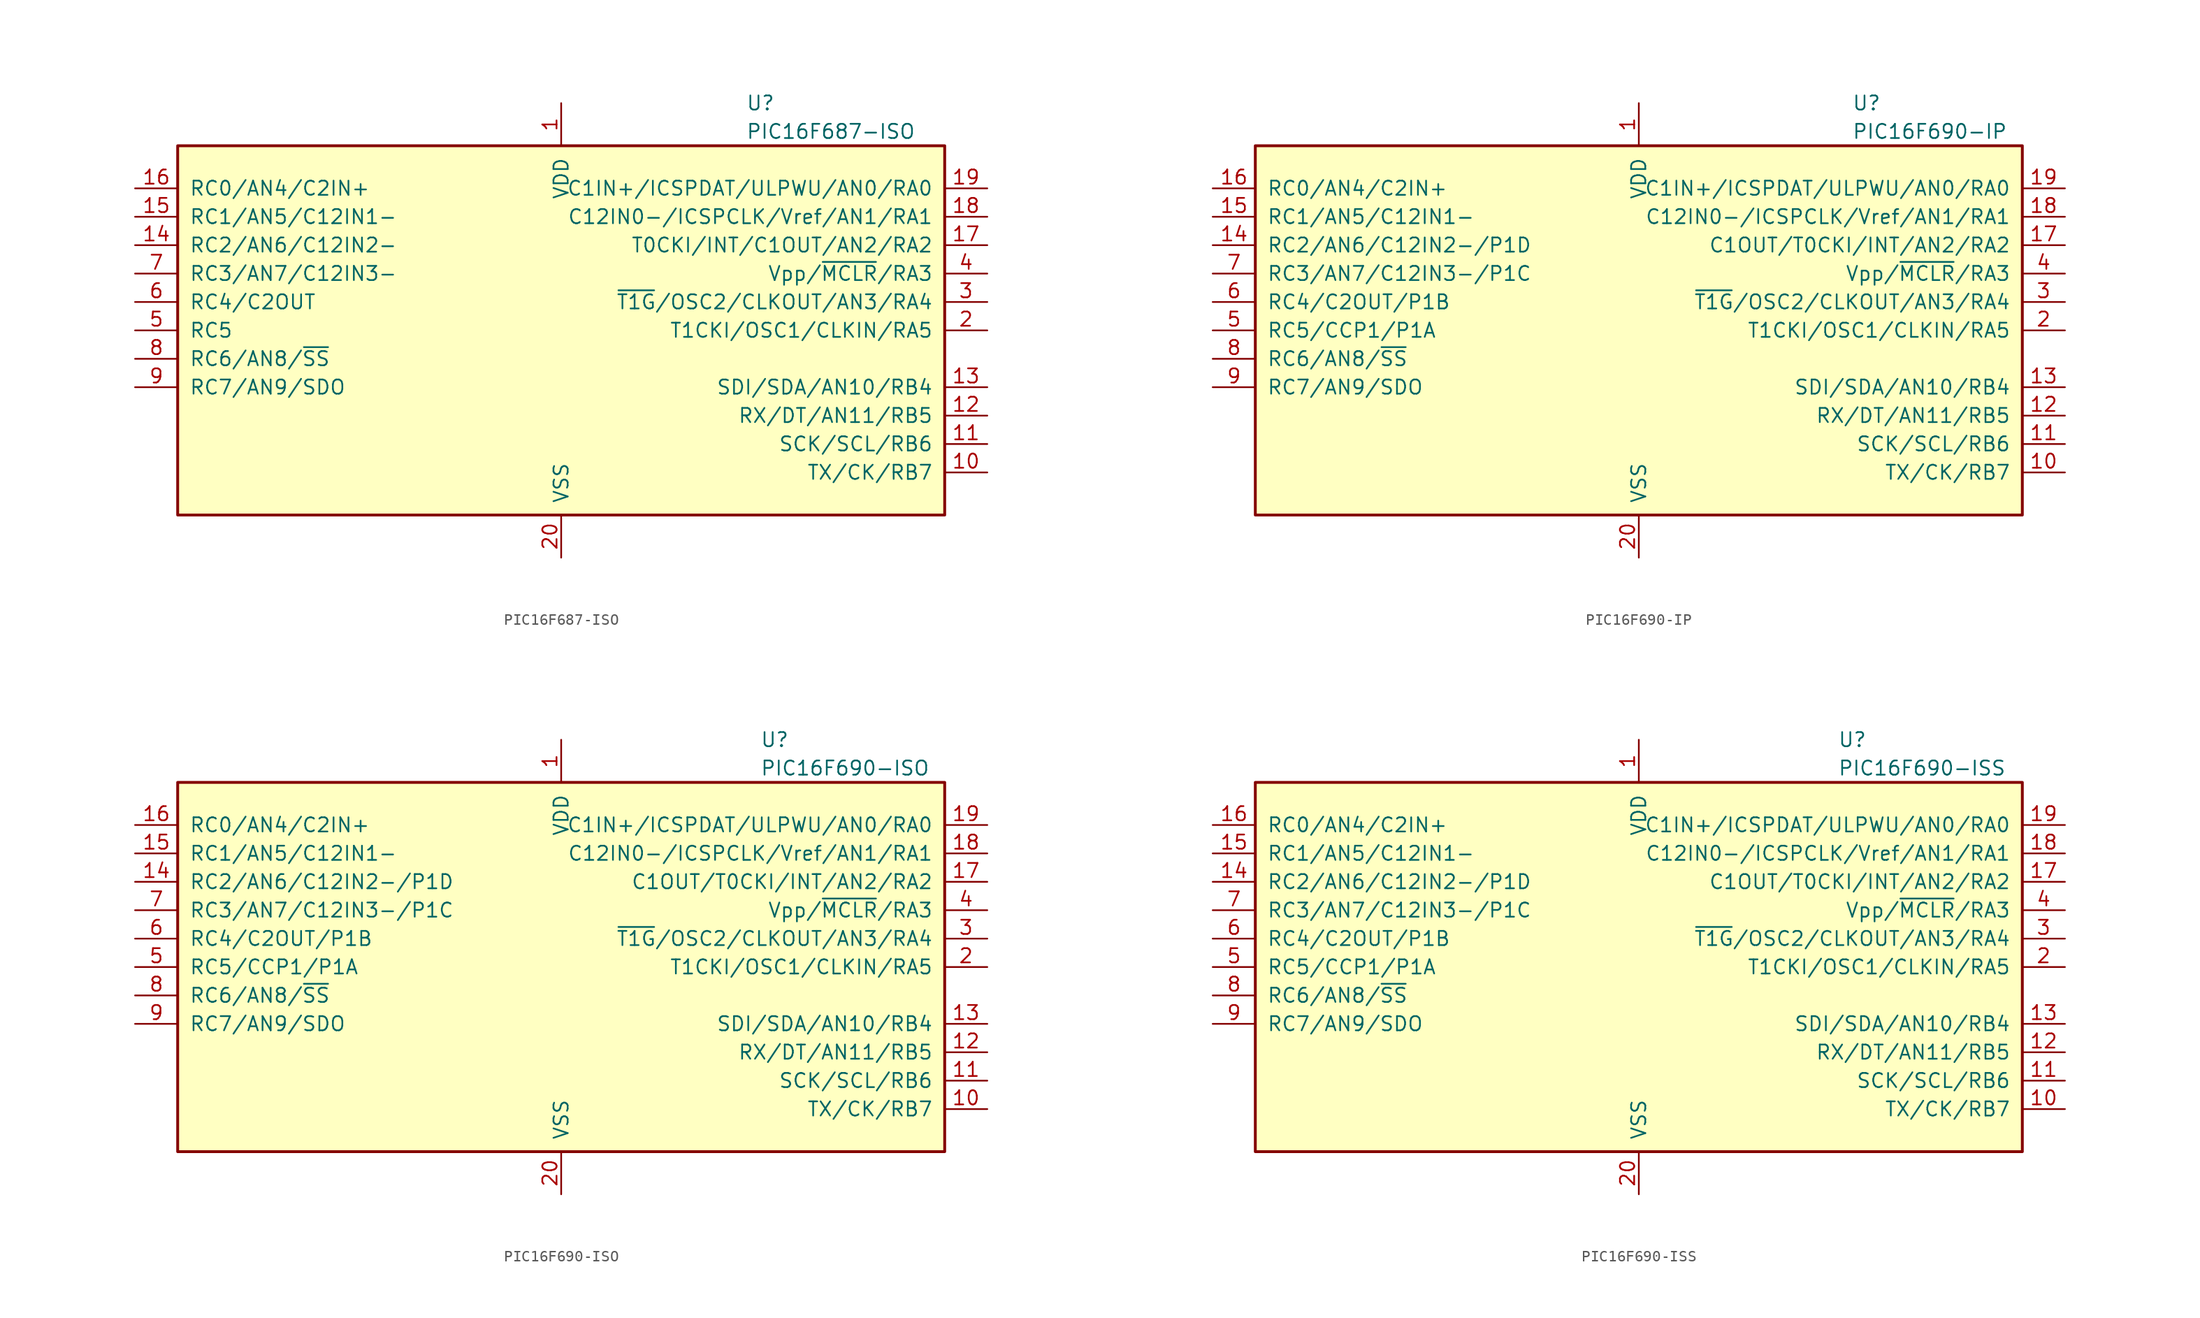
<source format=kicad_sym>
(kicad_symbol_lib
  (version 20241209)
  (generator "kicad_symbol_editor")
  (generator_version "9.0")
  (symbol "PIC16F687-ISO"
    (pin_names
      (offset 1.016))
    (property "Reference" "U"
      (at 16.51 20.32 0)
      (effects (font (size 1.27 1.27)) (justify left)))
    (property "Value" "PIC16F687-ISO"
      (at 16.51 17.78 0)
      (effects (font (size 1.27 1.27)) (justify left)))
    (symbol "PIC16F687-ISO_0_1"
      (rectangle (start -34.29 16.51) (end 34.29 -16.51) (stroke (width 0.254) (type default)) (fill (type background))))
    (symbol "PIC16F687-ISO_1_1"
      (pin bidirectional line (at -38.1 12.7 0) (length 3.81) (name "RC0/AN4/C2IN+" (effects (font (size 1.27 1.27)))) (number "16" (effects (font (size 1.27 1.27)))))
      (pin bidirectional line (at -38.1 10.16 0) (length 3.81) (name "RC1/AN5/C12IN1-" (effects (font (size 1.27 1.27)))) (number "15" (effects (font (size 1.27 1.27)))))
      (pin bidirectional line (at -38.1 7.62 0) (length 3.81) (name "RC2/AN6/C12IN2-" (effects (font (size 1.27 1.27)))) (number "14" (effects (font (size 1.27 1.27)))))
      (pin bidirectional line (at -38.1 5.08 0) (length 3.81) (name "RC3/AN7/C12IN3-" (effects (font (size 1.27 1.27)))) (number "7" (effects (font (size 1.27 1.27)))))
      (pin bidirectional line (at -38.1 2.54 0) (length 3.81) (name "RC4/C2OUT" (effects (font (size 1.27 1.27)))) (number "6" (effects (font (size 1.27 1.27)))))
      (pin bidirectional line (at -38.1 0 0) (length 3.81) (name "RC5" (effects (font (size 1.27 1.27)))) (number "5" (effects (font (size 1.27 1.27)))))
      (pin bidirectional line (at -38.1 -2.54 0) (length 3.81) (name "RC6/AN8/~{SS}" (effects (font (size 1.27 1.27)))) (number "8" (effects (font (size 1.27 1.27)))))
      (pin bidirectional line (at -38.1 -5.08 0) (length 3.81) (name "RC7/AN9/SDO" (effects (font (size 1.27 1.27)))) (number "9" (effects (font (size 1.27 1.27)))))
      (pin power_in line (at 0 20.32 270) (length 3.81) (name "VDD" (effects (font (size 1.27 1.27)))) (number "1" (effects (font (size 1.27 1.27)))))
      (pin power_in line (at 0 -20.32 90) (length 3.81) (name "VSS" (effects (font (size 1.27 1.27)))) (number "20" (effects (font (size 1.27 1.27)))))
      (pin bidirectional line (at 38.1 12.7 180) (length 3.81) (name "C1IN+/ICSPDAT/ULPWU/AN0/RA0" (effects (font (size 1.27 1.27)))) (number "19" (effects (font (size 1.27 1.27)))))
      (pin bidirectional line (at 38.1 10.16 180) (length 3.81) (name "C12IN0-/ICSPCLK/Vref/AN1/RA1" (effects (font (size 1.27 1.27)))) (number "18" (effects (font (size 1.27 1.27)))))
      (pin bidirectional line (at 38.1 7.62 180) (length 3.81) (name "T0CKI/INT/C1OUT/AN2/RA2" (effects (font (size 1.27 1.27)))) (number "17" (effects (font (size 1.27 1.27)))))
      (pin input line (at 38.1 5.08 180) (length 3.81) (name "Vpp/~{MCLR}/RA3" (effects (font (size 1.27 1.27)))) (number "4" (effects (font (size 1.27 1.27)))))
      (pin bidirectional line (at 38.1 2.54 180) (length 3.81) (name "~{T1G}/OSC2/CLKOUT/AN3/RA4" (effects (font (size 1.27 1.27)))) (number "3" (effects (font (size 1.27 1.27)))))
      (pin bidirectional line (at 38.1 0 180) (length 3.81) (name "T1CKI/OSC1/CLKIN/RA5" (effects (font (size 1.27 1.27)))) (number "2" (effects (font (size 1.27 1.27)))))
      (pin bidirectional line (at 38.1 -5.08 180) (length 3.81) (name "SDI/SDA/AN10/RB4" (effects (font (size 1.27 1.27)))) (number "13" (effects (font (size 1.27 1.27)))))
      (pin bidirectional line (at 38.1 -7.62 180) (length 3.81) (name "RX/DT/AN11/RB5" (effects (font (size 1.27 1.27)))) (number "12" (effects (font (size 1.27 1.27)))))
      (pin bidirectional line (at 38.1 -10.16 180) (length 3.81) (name "SCK/SCL/RB6" (effects (font (size 1.27 1.27)))) (number "11" (effects (font (size 1.27 1.27)))))
      (pin bidirectional line (at 38.1 -12.7 180) (length 3.81) (name "TX/CK/RB7" (effects (font (size 1.27 1.27)))) (number "10" (effects (font (size 1.27 1.27)))))))
  (symbol "PIC16F690-IP"
    (pin_names
      (offset 1.016))
    (property "Reference" "U"
      (at 19.05 20.32 0)
      (effects (font (size 1.27 1.27)) (justify left)))
    (property "Value" "PIC16F690-IP"
      (at 19.05 17.78 0)
      (effects (font (size 1.27 1.27)) (justify left)))
    (symbol "PIC16F690-IP_0_1"
      (rectangle (start -34.29 16.51) (end 34.29 -16.51) (stroke (width 0.254) (type default)) (fill (type background))))
    (symbol "PIC16F690-IP_1_1"
      (pin bidirectional line (at -38.1 12.7 0) (length 3.81) (name "RC0/AN4/C2IN+" (effects (font (size 1.27 1.27)))) (number "16" (effects (font (size 1.27 1.27)))))
      (pin bidirectional line (at -38.1 10.16 0) (length 3.81) (name "RC1/AN5/C12IN1-" (effects (font (size 1.27 1.27)))) (number "15" (effects (font (size 1.27 1.27)))))
      (pin bidirectional line (at -38.1 7.62 0) (length 3.81) (name "RC2/AN6/C12IN2-/P1D" (effects (font (size 1.27 1.27)))) (number "14" (effects (font (size 1.27 1.27)))))
      (pin bidirectional line (at -38.1 5.08 0) (length 3.81) (name "RC3/AN7/C12IN3-/P1C" (effects (font (size 1.27 1.27)))) (number "7" (effects (font (size 1.27 1.27)))))
      (pin bidirectional line (at -38.1 2.54 0) (length 3.81) (name "RC4/C2OUT/P1B" (effects (font (size 1.27 1.27)))) (number "6" (effects (font (size 1.27 1.27)))))
      (pin bidirectional line (at -38.1 0 0) (length 3.81) (name "RC5/CCP1/P1A" (effects (font (size 1.27 1.27)))) (number "5" (effects (font (size 1.27 1.27)))))
      (pin bidirectional line (at -38.1 -2.54 0) (length 3.81) (name "RC6/AN8/~{SS}" (effects (font (size 1.27 1.27)))) (number "8" (effects (font (size 1.27 1.27)))))
      (pin bidirectional line (at -38.1 -5.08 0) (length 3.81) (name "RC7/AN9/SDO" (effects (font (size 1.27 1.27)))) (number "9" (effects (font (size 1.27 1.27)))))
      (pin power_in line (at 0 20.32 270) (length 3.81) (name "VDD" (effects (font (size 1.27 1.27)))) (number "1" (effects (font (size 1.27 1.27)))))
      (pin power_in line (at 0 -20.32 90) (length 3.81) (name "VSS" (effects (font (size 1.27 1.27)))) (number "20" (effects (font (size 1.27 1.27)))))
      (pin bidirectional line (at 38.1 12.7 180) (length 3.81) (name "C1IN+/ICSPDAT/ULPWU/AN0/RA0" (effects (font (size 1.27 1.27)))) (number "19" (effects (font (size 1.27 1.27)))))
      (pin bidirectional line (at 38.1 10.16 180) (length 3.81) (name "C12IN0-/ICSPCLK/Vref/AN1/RA1" (effects (font (size 1.27 1.27)))) (number "18" (effects (font (size 1.27 1.27)))))
      (pin bidirectional line (at 38.1 7.62 180) (length 3.81) (name "C1OUT/T0CKI/INT/AN2/RA2" (effects (font (size 1.27 1.27)))) (number "17" (effects (font (size 1.27 1.27)))))
      (pin input line (at 38.1 5.08 180) (length 3.81) (name "Vpp/~{MCLR}/RA3" (effects (font (size 1.27 1.27)))) (number "4" (effects (font (size 1.27 1.27)))))
      (pin bidirectional line (at 38.1 2.54 180) (length 3.81) (name "~{T1G}/OSC2/CLKOUT/AN3/RA4" (effects (font (size 1.27 1.27)))) (number "3" (effects (font (size 1.27 1.27)))))
      (pin bidirectional line (at 38.1 0 180) (length 3.81) (name "T1CKI/OSC1/CLKIN/RA5" (effects (font (size 1.27 1.27)))) (number "2" (effects (font (size 1.27 1.27)))))
      (pin bidirectional line (at 38.1 -5.08 180) (length 3.81) (name "SDI/SDA/AN10/RB4" (effects (font (size 1.27 1.27)))) (number "13" (effects (font (size 1.27 1.27)))))
      (pin bidirectional line (at 38.1 -7.62 180) (length 3.81) (name "RX/DT/AN11/RB5" (effects (font (size 1.27 1.27)))) (number "12" (effects (font (size 1.27 1.27)))))
      (pin bidirectional line (at 38.1 -10.16 180) (length 3.81) (name "SCK/SCL/RB6" (effects (font (size 1.27 1.27)))) (number "11" (effects (font (size 1.27 1.27)))))
      (pin bidirectional line (at 38.1 -12.7 180) (length 3.81) (name "TX/CK/RB7" (effects (font (size 1.27 1.27)))) (number "10" (effects (font (size 1.27 1.27)))))))
  (symbol "PIC16F690-ISO"
    (pin_names
      (offset 1.016))
    (property "Reference" "U"
      (at 17.78 20.32 0)
      (effects (font (size 1.27 1.27)) (justify left)))
    (property "Value" "PIC16F690-ISO"
      (at 17.78 17.78 0)
      (effects (font (size 1.27 1.27)) (justify left)))
    (symbol "PIC16F690-ISO_0_1"
      (rectangle (start -34.29 16.51) (end 34.29 -16.51) (stroke (width 0.254) (type default)) (fill (type background))))
    (symbol "PIC16F690-ISO_1_1"
      (pin bidirectional line (at -38.1 12.7 0) (length 3.81) (name "RC0/AN4/C2IN+" (effects (font (size 1.27 1.27)))) (number "16" (effects (font (size 1.27 1.27)))))
      (pin bidirectional line (at -38.1 10.16 0) (length 3.81) (name "RC1/AN5/C12IN1-" (effects (font (size 1.27 1.27)))) (number "15" (effects (font (size 1.27 1.27)))))
      (pin bidirectional line (at -38.1 7.62 0) (length 3.81) (name "RC2/AN6/C12IN2-/P1D" (effects (font (size 1.27 1.27)))) (number "14" (effects (font (size 1.27 1.27)))))
      (pin bidirectional line (at -38.1 5.08 0) (length 3.81) (name "RC3/AN7/C12IN3-/P1C" (effects (font (size 1.27 1.27)))) (number "7" (effects (font (size 1.27 1.27)))))
      (pin bidirectional line (at -38.1 2.54 0) (length 3.81) (name "RC4/C2OUT/P1B" (effects (font (size 1.27 1.27)))) (number "6" (effects (font (size 1.27 1.27)))))
      (pin bidirectional line (at -38.1 0 0) (length 3.81) (name "RC5/CCP1/P1A" (effects (font (size 1.27 1.27)))) (number "5" (effects (font (size 1.27 1.27)))))
      (pin bidirectional line (at -38.1 -2.54 0) (length 3.81) (name "RC6/AN8/~{SS}" (effects (font (size 1.27 1.27)))) (number "8" (effects (font (size 1.27 1.27)))))
      (pin bidirectional line (at -38.1 -5.08 0) (length 3.81) (name "RC7/AN9/SDO" (effects (font (size 1.27 1.27)))) (number "9" (effects (font (size 1.27 1.27)))))
      (pin power_in line (at 0 20.32 270) (length 3.81) (name "VDD" (effects (font (size 1.27 1.27)))) (number "1" (effects (font (size 1.27 1.27)))))
      (pin power_in line (at 0 -20.32 90) (length 3.81) (name "VSS" (effects (font (size 1.27 1.27)))) (number "20" (effects (font (size 1.27 1.27)))))
      (pin bidirectional line (at 38.1 12.7 180) (length 3.81) (name "C1IN+/ICSPDAT/ULPWU/AN0/RA0" (effects (font (size 1.27 1.27)))) (number "19" (effects (font (size 1.27 1.27)))))
      (pin bidirectional line (at 38.1 10.16 180) (length 3.81) (name "C12IN0-/ICSPCLK/Vref/AN1/RA1" (effects (font (size 1.27 1.27)))) (number "18" (effects (font (size 1.27 1.27)))))
      (pin bidirectional line (at 38.1 7.62 180) (length 3.81) (name "C1OUT/T0CKI/INT/AN2/RA2" (effects (font (size 1.27 1.27)))) (number "17" (effects (font (size 1.27 1.27)))))
      (pin input line (at 38.1 5.08 180) (length 3.81) (name "Vpp/~{MCLR}/RA3" (effects (font (size 1.27 1.27)))) (number "4" (effects (font (size 1.27 1.27)))))
      (pin bidirectional line (at 38.1 2.54 180) (length 3.81) (name "~{T1G}/OSC2/CLKOUT/AN3/RA4" (effects (font (size 1.27 1.27)))) (number "3" (effects (font (size 1.27 1.27)))))
      (pin bidirectional line (at 38.1 0 180) (length 3.81) (name "T1CKI/OSC1/CLKIN/RA5" (effects (font (size 1.27 1.27)))) (number "2" (effects (font (size 1.27 1.27)))))
      (pin bidirectional line (at 38.1 -5.08 180) (length 3.81) (name "SDI/SDA/AN10/RB4" (effects (font (size 1.27 1.27)))) (number "13" (effects (font (size 1.27 1.27)))))
      (pin bidirectional line (at 38.1 -7.62 180) (length 3.81) (name "RX/DT/AN11/RB5" (effects (font (size 1.27 1.27)))) (number "12" (effects (font (size 1.27 1.27)))))
      (pin bidirectional line (at 38.1 -10.16 180) (length 3.81) (name "SCK/SCL/RB6" (effects (font (size 1.27 1.27)))) (number "11" (effects (font (size 1.27 1.27)))))
      (pin bidirectional line (at 38.1 -12.7 180) (length 3.81) (name "TX/CK/RB7" (effects (font (size 1.27 1.27)))) (number "10" (effects (font (size 1.27 1.27)))))))
  (symbol "PIC16F690-ISS"
    (pin_names
      (offset 1.016))
    (property "Reference" "U"
      (at 17.78 20.32 0)
      (effects (font (size 1.27 1.27)) (justify left)))
    (property "Value" "PIC16F690-ISS"
      (at 17.78 17.78 0)
      (effects (font (size 1.27 1.27)) (justify left)))
    (symbol "PIC16F690-ISS_0_1"
      (rectangle (start -34.29 16.51) (end 34.29 -16.51) (stroke (width 0.254) (type default)) (fill (type background))))
    (symbol "PIC16F690-ISS_1_1"
      (pin bidirectional line (at -38.1 12.7 0) (length 3.81) (name "RC0/AN4/C2IN+" (effects (font (size 1.27 1.27)))) (number "16" (effects (font (size 1.27 1.27)))))
      (pin bidirectional line (at -38.1 10.16 0) (length 3.81) (name "RC1/AN5/C12IN1-" (effects (font (size 1.27 1.27)))) (number "15" (effects (font (size 1.27 1.27)))))
      (pin bidirectional line (at -38.1 7.62 0) (length 3.81) (name "RC2/AN6/C12IN2-/P1D" (effects (font (size 1.27 1.27)))) (number "14" (effects (font (size 1.27 1.27)))))
      (pin bidirectional line (at -38.1 5.08 0) (length 3.81) (name "RC3/AN7/C12IN3-/P1C" (effects (font (size 1.27 1.27)))) (number "7" (effects (font (size 1.27 1.27)))))
      (pin bidirectional line (at -38.1 2.54 0) (length 3.81) (name "RC4/C2OUT/P1B" (effects (font (size 1.27 1.27)))) (number "6" (effects (font (size 1.27 1.27)))))
      (pin bidirectional line (at -38.1 0 0) (length 3.81) (name "RC5/CCP1/P1A" (effects (font (size 1.27 1.27)))) (number "5" (effects (font (size 1.27 1.27)))))
      (pin bidirectional line (at -38.1 -2.54 0) (length 3.81) (name "RC6/AN8/~{SS}" (effects (font (size 1.27 1.27)))) (number "8" (effects (font (size 1.27 1.27)))))
      (pin bidirectional line (at -38.1 -5.08 0) (length 3.81) (name "RC7/AN9/SDO" (effects (font (size 1.27 1.27)))) (number "9" (effects (font (size 1.27 1.27)))))
      (pin power_in line (at 0 20.32 270) (length 3.81) (name "VDD" (effects (font (size 1.27 1.27)))) (number "1" (effects (font (size 1.27 1.27)))))
      (pin power_in line (at 0 -20.32 90) (length 3.81) (name "VSS" (effects (font (size 1.27 1.27)))) (number "20" (effects (font (size 1.27 1.27)))))
      (pin bidirectional line (at 38.1 12.7 180) (length 3.81) (name "C1IN+/ICSPDAT/ULPWU/AN0/RA0" (effects (font (size 1.27 1.27)))) (number "19" (effects (font (size 1.27 1.27)))))
      (pin bidirectional line (at 38.1 10.16 180) (length 3.81) (name "C12IN0-/ICSPCLK/Vref/AN1/RA1" (effects (font (size 1.27 1.27)))) (number "18" (effects (font (size 1.27 1.27)))))
      (pin bidirectional line (at 38.1 7.62 180) (length 3.81) (name "C1OUT/T0CKI/INT/AN2/RA2" (effects (font (size 1.27 1.27)))) (number "17" (effects (font (size 1.27 1.27)))))
      (pin input line (at 38.1 5.08 180) (length 3.81) (name "Vpp/~{MCLR}/RA3" (effects (font (size 1.27 1.27)))) (number "4" (effects (font (size 1.27 1.27)))))
      (pin bidirectional line (at 38.1 2.54 180) (length 3.81) (name "~{T1G}/OSC2/CLKOUT/AN3/RA4" (effects (font (size 1.27 1.27)))) (number "3" (effects (font (size 1.27 1.27)))))
      (pin bidirectional line (at 38.1 0 180) (length 3.81) (name "T1CKI/OSC1/CLKIN/RA5" (effects (font (size 1.27 1.27)))) (number "2" (effects (font (size 1.27 1.27)))))
      (pin bidirectional line (at 38.1 -5.08 180) (length 3.81) (name "SDI/SDA/AN10/RB4" (effects (font (size 1.27 1.27)))) (number "13" (effects (font (size 1.27 1.27)))))
      (pin bidirectional line (at 38.1 -7.62 180) (length 3.81) (name "RX/DT/AN11/RB5" (effects (font (size 1.27 1.27)))) (number "12" (effects (font (size 1.27 1.27)))))
      (pin bidirectional line (at 38.1 -10.16 180) (length 3.81) (name "SCK/SCL/RB6" (effects (font (size 1.27 1.27)))) (number "11" (effects (font (size 1.27 1.27)))))
      (pin bidirectional line (at 38.1 -12.7 180) (length 3.81) (name "TX/CK/RB7" (effects (font (size 1.27 1.27)))) (number "10" (effects (font (size 1.27 1.27))))))))
</source>
